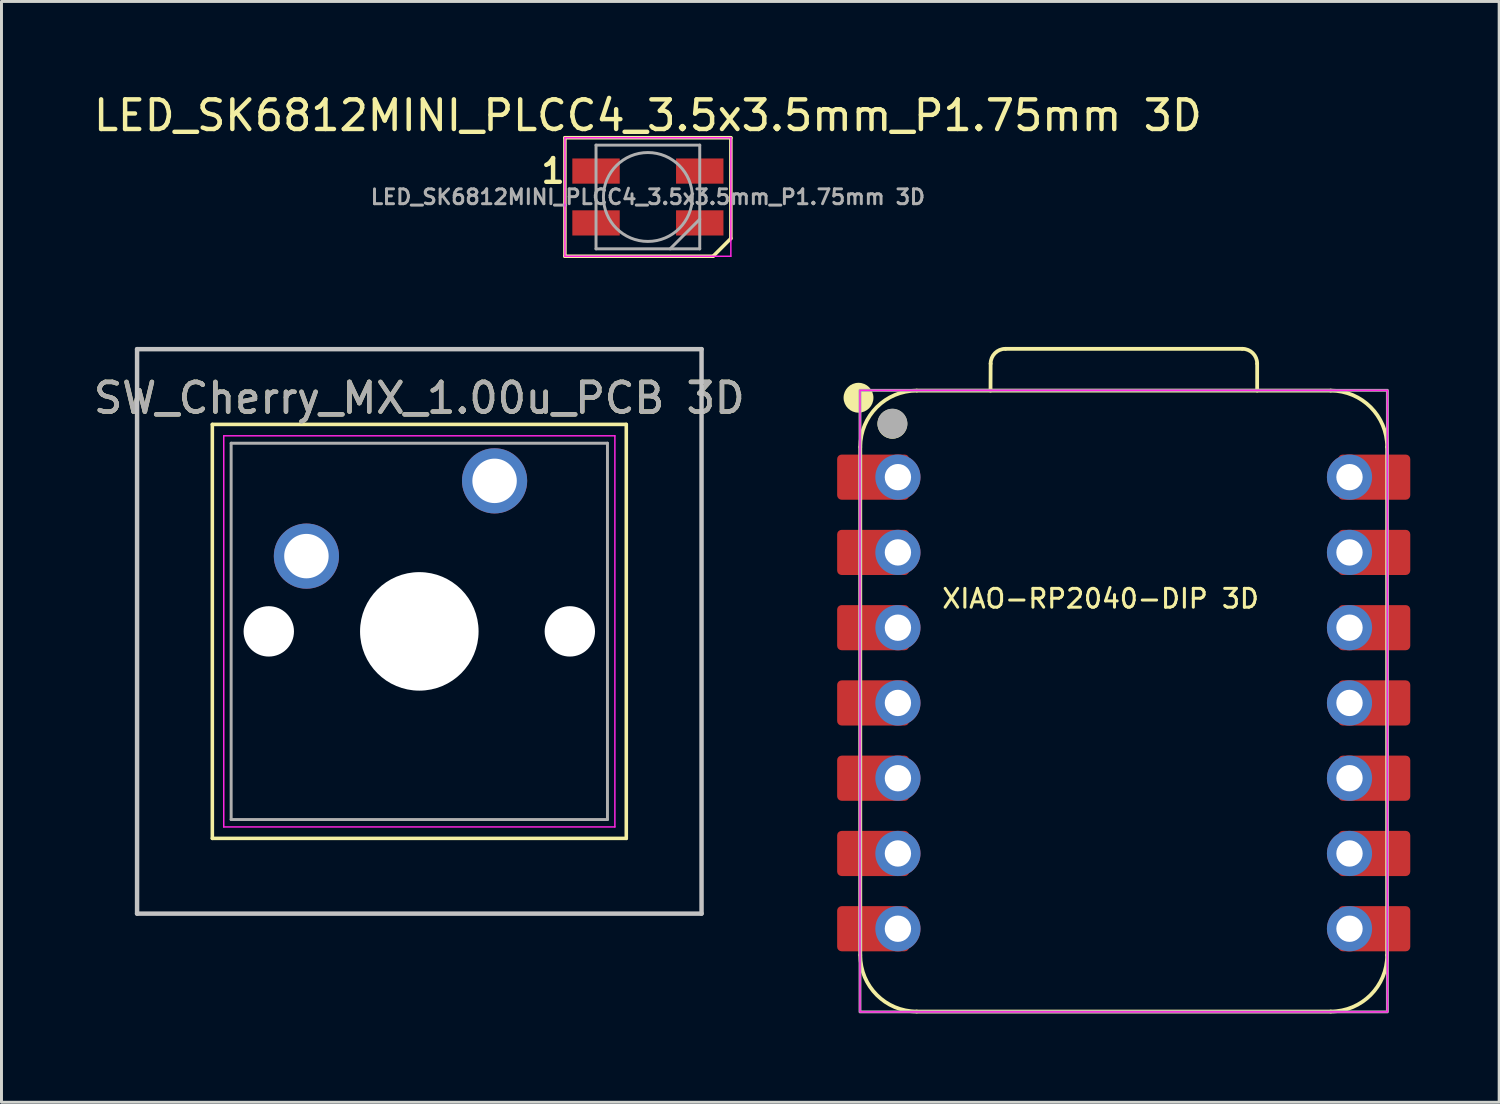
<source format=kicad_pcb>
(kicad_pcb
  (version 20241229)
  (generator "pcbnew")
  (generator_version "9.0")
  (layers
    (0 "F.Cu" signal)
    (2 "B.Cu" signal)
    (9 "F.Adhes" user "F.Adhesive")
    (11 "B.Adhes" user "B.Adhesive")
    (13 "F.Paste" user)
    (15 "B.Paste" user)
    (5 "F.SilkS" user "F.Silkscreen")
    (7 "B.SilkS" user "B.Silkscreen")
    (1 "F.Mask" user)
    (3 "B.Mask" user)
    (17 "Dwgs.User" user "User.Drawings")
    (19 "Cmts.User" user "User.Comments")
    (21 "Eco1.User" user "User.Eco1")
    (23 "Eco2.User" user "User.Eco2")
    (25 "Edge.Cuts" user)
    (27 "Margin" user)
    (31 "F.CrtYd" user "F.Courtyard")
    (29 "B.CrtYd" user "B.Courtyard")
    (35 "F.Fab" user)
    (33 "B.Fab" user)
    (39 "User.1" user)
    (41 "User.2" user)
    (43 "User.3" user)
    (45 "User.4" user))
  (footprint "SW_Cherry_MX_1.00u_PCB 3D"
    (layer "F.Cu")
    (at 13.641 13.178)
    (property "Reference" "SW_Cherry_MX_1.00u_PCB 3D" (at -2.54 -2.794 0) (layer "F.SilkS") (effects (font (size 1 1) (thickness 0.15))))
    (attr through_hole)
    (fp_line (start -9.525 -1.905) (end 4.445 -1.905) (stroke (width 0.12) (type solid)) (layer "F.SilkS"))
    (fp_line (start -9.525 12.065) (end -9.525 -1.905) (stroke (width 0.12) (type solid)) (layer "F.SilkS"))
    (fp_line (start 4.445 -1.905) (end 4.445 12.065) (stroke (width 0.12) (type solid)) (layer "F.SilkS"))
    (fp_line (start 4.445 12.065) (end -9.525 12.065) (stroke (width 0.12) (type solid)) (layer "F.SilkS"))
    (fp_line (start -12.065 -4.445) (end 6.985 -4.445) (stroke (width 0.15) (type solid)) (layer "Dwgs.User"))
    (fp_line (start -12.065 14.605) (end -12.065 -4.445) (stroke (width 0.15) (type solid)) (layer "Dwgs.User"))
    (fp_line (start 6.985 -4.445) (end 6.985 14.605) (stroke (width 0.15) (type solid)) (layer "Dwgs.User"))
    (fp_line (start 6.985 14.605) (end -12.065 14.605) (stroke (width 0.15) (type solid)) (layer "Dwgs.User"))
    (fp_line (start -9.14 -1.52) (end 4.06 -1.52) (stroke (width 0.05) (type solid)) (layer "F.CrtYd"))
    (fp_line (start -9.14 11.68) (end -9.14 -1.52) (stroke (width 0.05) (type solid)) (layer "F.CrtYd"))
    (fp_line (start 4.06 -1.52) (end 4.06 11.68) (stroke (width 0.05) (type solid)) (layer "F.CrtYd"))
    (fp_line (start 4.06 11.68) (end -9.14 11.68) (stroke (width 0.05) (type solid)) (layer "F.CrtYd"))
    (fp_line (start -8.89 -1.27) (end 3.81 -1.27) (stroke (width 0.1) (type solid)) (layer "F.Fab"))
    (fp_line (start -8.89 11.43) (end -8.89 -1.27) (stroke (width 0.1) (type solid)) (layer "F.Fab"))
    (fp_line (start 3.81 -1.27) (end 3.81 11.43) (stroke (width 0.1) (type solid)) (layer "F.Fab"))
    (fp_line (start 3.81 11.43) (end -8.89 11.43) (stroke (width 0.1) (type solid)) (layer "F.Fab"))
    (fp_text user "${REFERENCE}" (at -2.54 -2.794 0) (layer "F.Fab") (effects (font (size 1 1) (thickness 0.15))))
    (pad "" np_thru_hole circle (at -7.62 5.08) (size 1.7 1.7) (drill 1.7) (layers "*.Cu" "*.Mask"))
    (pad "" np_thru_hole circle (at -2.54 5.08) (size 4 4) (drill 4) (layers "*.Cu" "*.Mask"))
    (pad "" np_thru_hole circle (at 2.54 5.08) (size 1.7 1.7) (drill 1.7) (layers "*.Cu" "*.Mask"))
    (pad "1" thru_hole circle (at 0 0) (size 2.2 2.2) (drill 1.5) (layers "*.Cu" "*.Mask"))
    (pad "2" thru_hole circle (at -6.35 2.54) (size 2.2 2.2) (drill 1.5) (layers "*.Cu" "*.Mask")))
  (footprint "XIAO-RP2040-DIP 3D"
    (layer "F.Cu")
    (at 34.873 20.673)
    (property "Reference" "XIAO-RP2040-DIP 3D" (at -0.78 -3.52 0) (unlocked yes) (layer "F.SilkS") (effects (font (size 0.635 0.635) (thickness 0.102))))
    (attr smd)
    (fp_line (start -8.89 8.509) (end -8.89 -8.636) (stroke (width 0.127) (type solid)) (layer "F.SilkS"))
    (fp_line (start -6.985 10.414) (end 6.985 10.414) (stroke (width 0.127) (type solid)) (layer "F.SilkS"))
    (fp_line (start -4.495 -10.541) (end -4.491 -11.451) (stroke (width 0.127) (type solid)) (layer "F.SilkS"))
    (fp_line (start -3.991 -11.951) (end 4.004 -11.951) (stroke (width 0.127) (type solid)) (layer "F.SilkS"))
    (fp_line (start 4.504 -11.451) (end 4.504 -10.541) (stroke (width 0.127) (type solid)) (layer "F.SilkS"))
    (fp_line (start 6.985 -10.541) (end -6.985 -10.541) (stroke (width 0.1) (type solid)) (layer "F.SilkS"))
    (fp_line (start 6.985 -10.541) (end -6.985 -10.541) (stroke (width 0.127) (type solid)) (layer "F.SilkS"))
    (fp_line (start 8.89 8.509) (end 8.89 -8.636) (stroke (width 0.127) (type solid)) (layer "F.SilkS"))
    (fp_arc (start -8.89 -8.636) (mid -8.332038 -9.983038) (end -6.985 -10.541) (stroke (width 0.127) (type solid)) (layer "F.SilkS"))
    (fp_arc (start -6.985 10.414) (mid -8.332038 9.856038) (end -8.89 8.509) (stroke (width 0.127) (type solid)) (layer "F.SilkS"))
    (fp_arc (start -4.491272 -11.451272) (mid -4.344724 -11.804644) (end -3.991272 -11.951) (stroke (width 0.127) (type default)) (layer "F.SilkS"))
    (fp_arc (start 4.004 -11.951) (mid 4.357553 -11.804553) (end 4.504 -11.451) (stroke (width 0.127) (type default)) (layer "F.SilkS"))
    (fp_arc (start 6.985 -10.541) (mid 8.332038 -9.983038) (end 8.89 -8.636) (stroke (width 0.127) (type solid)) (layer "F.SilkS"))
    (fp_arc (start 8.89 8.509) (mid 8.332038 9.856038) (end 6.985 10.414) (stroke (width 0.127) (type solid)) (layer "F.SilkS"))
    (fp_circle (center -8.95 -10.3) (end -8.95 -10.554) (stroke (width 0.5) (type solid)) (fill yes) (layer "F.SilkS"))
    (fp_circle (center -7.807 -9.42) (end -7.807 -9.674) (stroke (width 0.5) (type solid)) (fill yes) (layer "F.SilkS"))
    (fp_rect (start -8.9 -10.55) (end 8.9 10.425) (stroke (width 0.05) (type default)) (fill no) (layer "F.CrtYd"))
    (fp_rect (start -8.9 -10.55) (end 8.9 10.425) (stroke (width 0.1) (type default)) (fill no) (layer "F.Fab"))
    (fp_circle (center -7.804 -9.426) (end -7.804 -9.68) (stroke (width 0.5) (type solid)) (fill yes) (layer "F.Fab"))
    (pad "1" smd roundrect (at -8.455 -7.62 180) (size 2.432 1.524) (layers "F.Cu" "F.Mask") (roundrect_rratio 0.1))
    (pad "1" thru_hole circle (at -7.62 -7.62 180) (size 1.524 1.524) (drill 0.889) (layers "*.Cu" "*.Mask"))
    (pad "2" smd roundrect (at -8.455 -5.08 180) (size 2.432 1.524) (layers "F.Cu" "F.Mask") (roundrect_rratio 0.1))
    (pad "2" thru_hole circle (at -7.62 -5.08 180) (size 1.524 1.524) (drill 0.889) (layers "*.Cu" "*.Mask"))
    (pad "3" smd roundrect (at -8.455 -2.54 180) (size 2.432 1.524) (layers "F.Cu" "F.Mask") (roundrect_rratio 0.1))
    (pad "3" thru_hole circle (at -7.62 -2.54 180) (size 1.524 1.524) (drill 0.889) (layers "*.Cu" "*.Mask"))
    (pad "4" smd roundrect (at -8.455 0 180) (size 2.432 1.524) (layers "F.Cu" "F.Mask") (roundrect_rratio 0.1))
    (pad "4" thru_hole circle (at -7.62 0 180) (size 1.524 1.524) (drill 0.889) (layers "*.Cu" "*.Mask"))
    (pad "5" smd roundrect (at -8.455 2.54 180) (size 2.432 1.524) (layers "F.Cu" "F.Mask") (roundrect_rratio 0.1))
    (pad "5" thru_hole circle (at -7.62 2.54 180) (size 1.524 1.524) (drill 0.889) (layers "*.Cu" "*.Mask"))
    (pad "6" smd roundrect (at -8.455 5.08 180) (size 2.432 1.524) (layers "F.Cu" "F.Mask") (roundrect_rratio 0.1))
    (pad "6" thru_hole circle (at -7.62 5.08 180) (size 1.524 1.524) (drill 0.889) (layers "*.Cu" "*.Mask"))
    (pad "7" smd roundrect (at -8.455 7.62 180) (size 2.432 1.524) (layers "F.Cu" "F.Mask") (roundrect_rratio 0.1))
    (pad "7" thru_hole circle (at -7.62 7.62 180) (size 1.524 1.524) (drill 0.889) (layers "*.Cu" "*.Mask"))
    (pad "8" thru_hole circle (at 7.62 7.62) (size 1.524 1.524) (drill 0.889) (layers "*.Cu" "*.Mask"))
    (pad "8" smd roundrect (at 8.455 7.62) (size 2.432 1.524) (layers "F.Cu" "F.Mask") (roundrect_rratio 0.1))
    (pad "9" thru_hole circle (at 7.62 5.08) (size 1.524 1.524) (drill 0.889) (layers "*.Cu" "*.Mask"))
    (pad "9" smd roundrect (at 8.455 5.08) (size 2.432 1.524) (layers "F.Cu" "F.Mask") (roundrect_rratio 0.1))
    (pad "10" thru_hole circle (at 7.62 2.54) (size 1.524 1.524) (drill 0.889) (layers "*.Cu" "*.Mask"))
    (pad "10" smd roundrect (at 8.455 2.54) (size 2.432 1.524) (layers "F.Cu" "F.Mask") (roundrect_rratio 0.1))
    (pad "11" thru_hole circle (at 7.62 0) (size 1.524 1.524) (drill 0.889) (layers "*.Cu" "*.Mask"))
    (pad "11" smd roundrect (at 8.455 0) (size 2.432 1.524) (layers "F.Cu" "F.Mask") (roundrect_rratio 0.1))
    (pad "12" thru_hole circle (at 7.62 -2.54) (size 1.524 1.524) (drill 0.889) (layers "*.Cu" "*.Mask"))
    (pad "12" smd roundrect (at 8.455 -2.54) (size 2.432 1.524) (layers "F.Cu" "F.Mask") (roundrect_rratio 0.1))
    (pad "13" thru_hole circle (at 7.62 -5.08) (size 1.524 1.524) (drill 0.889) (layers "*.Cu" "*.Mask"))
    (pad "13" smd roundrect (at 8.455 -5.08) (size 2.432 1.524) (layers "F.Cu" "F.Mask") (roundrect_rratio 0.1))
    (pad "14" thru_hole circle (at 7.62 -7.62) (size 1.524 1.524) (drill 0.889) (layers "*.Cu" "*.Mask"))
    (pad "14" smd roundrect (at 8.455 -7.62) (size 2.432 1.524) (layers "F.Cu" "F.Mask") (roundrect_rratio 0.1)))
  (footprint "LED_SK6812MINI_PLCC4_3.5x3.5mm_P1.75mm 3D"
    (layer "F.Cu")
    (at 18.815 3.598)
    (property "Reference" "LED_SK6812MINI_PLCC4_3.5x3.5mm_P1.75mm 3D" (at 0 -2.75 0) (layer "F.SilkS") (effects (font (size 1 1) (thickness 0.15))))
    (attr smd)
    (fp_line (start -2.8 -2) (end -2.8 2) (stroke (width 0.12) (type default)) (layer "F.SilkS"))
    (fp_line (start -2.8 -2) (end 2.8 -2) (stroke (width 0.12) (type solid)) (layer "F.SilkS"))
    (fp_line (start -2.8 2) (end 2.2 2) (stroke (width 0.12) (type solid)) (layer "F.SilkS"))
    (fp_line (start 2.8 1.4) (end 2.2 2) (stroke (width 0.12) (type default)) (layer "F.SilkS"))
    (fp_line (start 2.8 1.4) (end 2.8 -2) (stroke (width 0.12) (type solid)) (layer "F.SilkS"))
    (fp_line (start -2.8 -2) (end -2.8 2) (stroke (width 0.05) (type solid)) (layer "F.CrtYd"))
    (fp_line (start -2.8 2) (end 2.8 2) (stroke (width 0.05) (type solid)) (layer "F.CrtYd"))
    (fp_line (start 2.8 -2) (end -2.8 -2) (stroke (width 0.05) (type solid)) (layer "F.CrtYd"))
    (fp_line (start 2.8 2) (end 2.8 -2) (stroke (width 0.05) (type solid)) (layer "F.CrtYd"))
    (fp_line (start -1.75 -1.75) (end -1.75 1.75) (stroke (width 0.1) (type solid)) (layer "F.Fab"))
    (fp_line (start -1.75 1.75) (end 1.75 1.75) (stroke (width 0.1) (type solid)) (layer "F.Fab"))
    (fp_line (start 1.75 -1.75) (end -1.75 -1.75) (stroke (width 0.1) (type solid)) (layer "F.Fab"))
    (fp_line (start 1.75 0.75) (end 0.75 1.75) (stroke (width 0.1) (type solid)) (layer "F.Fab"))
    (fp_line (start 1.75 1.75) (end 1.75 -1.75) (stroke (width 0.1) (type solid)) (layer "F.Fab"))
    (fp_circle (center 0 0) (end 0 -1.5) (stroke (width 0.1) (type solid)) (fill no) (layer "F.Fab"))
    (fp_text user "1" (at -3.2 -0.875 0) (unlocked yes) (layer "F.SilkS") (effects (font (size 0.8 0.8) (thickness 0.15))))
    (fp_text user "${REFERENCE}" (at 0 0 0) (layer "F.Fab") (effects (font (size 0.5 0.5) (thickness 0.1))))
    (pad "1" smd rect (at -1.75 -0.875) (size 1.6 0.85) (layers "F.Cu" "F.Mask" "F.Paste"))
    (pad "2" smd rect (at -1.75 0.875) (size 1.6 0.85) (layers "F.Cu" "F.Mask" "F.Paste"))
    (pad "3" smd rect (at 1.75 0.875) (size 1.6 0.85) (layers "F.Cu" "F.Mask" "F.Paste"))
    (pad "4" smd rect (at 1.75 -0.875) (size 1.6 0.85) (layers "F.Cu" "F.Mask" "F.Paste")))
  (gr_rect
    (start -3 -3)
    (end 47.544 34.15)
    (stroke (width 0.1) (type default))
    (fill no)
    (layer "Edge.Cuts")))
</source>
